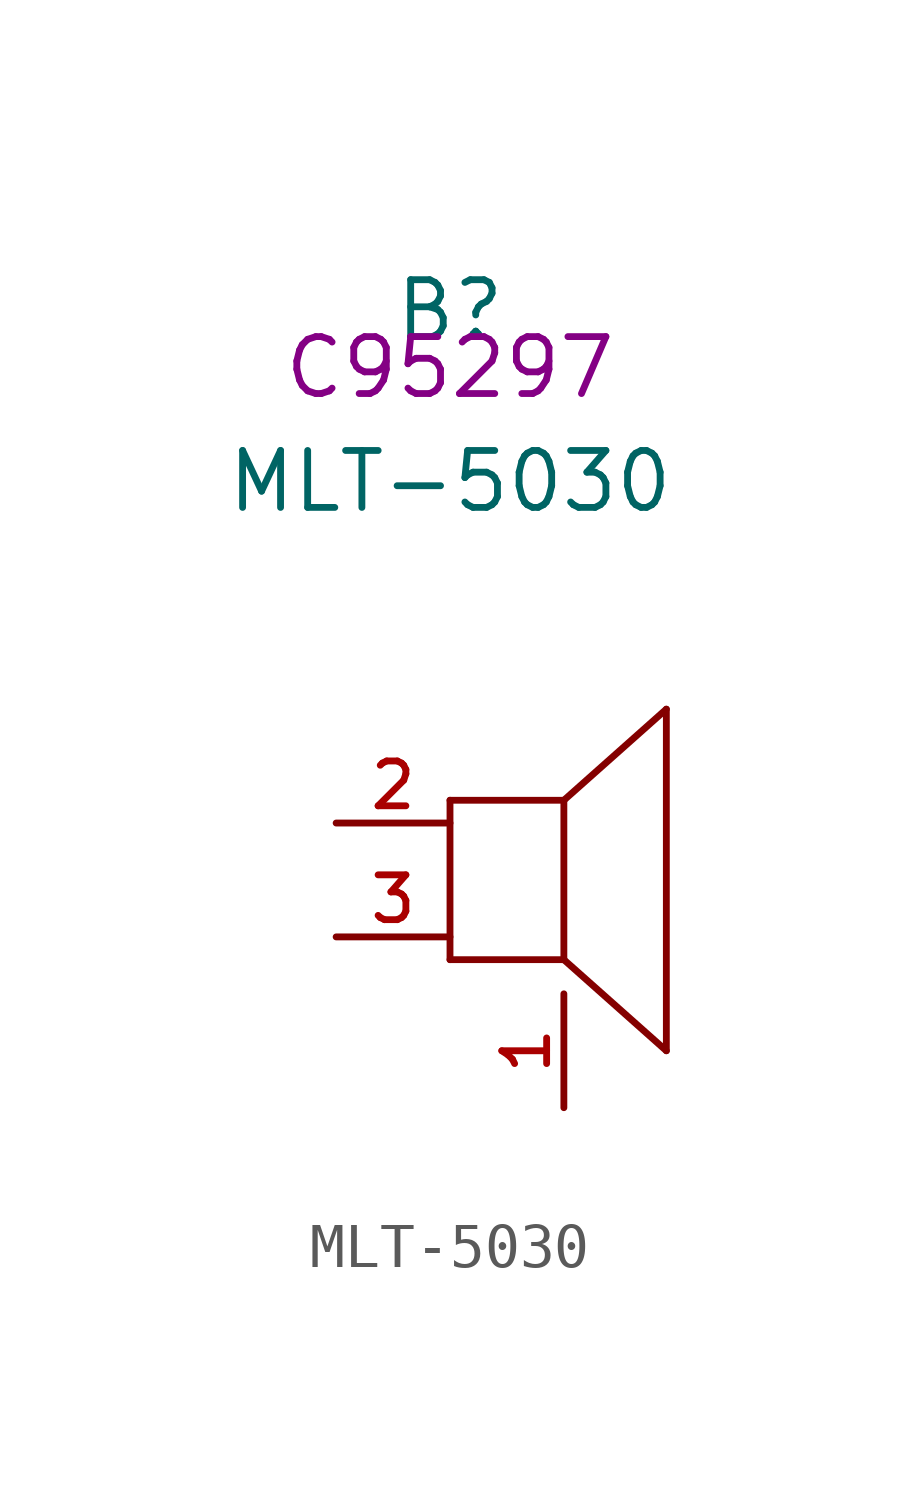
<source format=kicad_sym>
(kicad_symbol_lib
  (version 20210201)
  (generator TousstNicolas/JLC2KiCad_lib)
  (symbol "MLT-5030"
    (pin_names hide)
    (property "Reference" "B"
      (at 0 1.27 0)
      (effects (font (size 1.27 1.27))))
    (property "Value" "MLT-5030"
      (at 0 -2.54 0)
      (effects (font (size 1.27 1.27))))
    (property "LCSC" "C95297"
      (at 0 0 0)
      (effects (font (size 1.27 1.27))))
    (symbol "MLT-5030_0_0"
      (pin unspecified line (at -2.54 -10.16 0) (length 2.54) (name "+" (effects (font (size 1 1)))) (number "2" (effects (font (size 1 1)))))
      (pin unspecified line (at -2.54 -12.7 0) (length 2.54) (name "-" (effects (font (size 1 1)))) (number "3" (effects (font (size 1 1)))))
      (polyline (pts (xy 4.826 -7.62) (xy 2.54 -9.652)) (stroke (width 0) (type default) (color 0 0 0 0)) (fill (type none)))
      (polyline (pts (xy 2.54 -13.208) (xy 4.826 -15.24)) (stroke (width 0) (type default) (color 0 0 0 0)) (fill (type none)))
      (polyline (pts (xy 4.826 -7.62) (xy 4.826 -15.24)) (stroke (width 0) (type default) (color 0 0 0 0)) (fill (type none)))
      (polyline (pts (xy 2.54 -9.652) (xy 2.54 -13.208)) (stroke (width 0) (type default) (color 0 0 0 0)) (fill (type none)))
      (polyline (pts (xy 0.0 -9.652) (xy 0.0 -13.208)) (stroke (width 0) (type default) (color 0 0 0 0)) (fill (type none)))
      (polyline (pts (xy 0.0 -13.208) (xy 2.54 -13.208)) (stroke (width 0) (type default) (color 0 0 0 0)) (fill (type none)))
      (polyline (pts (xy 0.0 -9.652) (xy 2.54 -9.652)) (stroke (width 0) (type default) (color 0 0 0 0)) (fill (type none)))
      (pin unspecified line (at 2.54 -16.51 90) (length 2.54) (name "NC" (effects (font (size 1 1)))) (number "1" (effects (font (size 1 1))))))))
</source>
